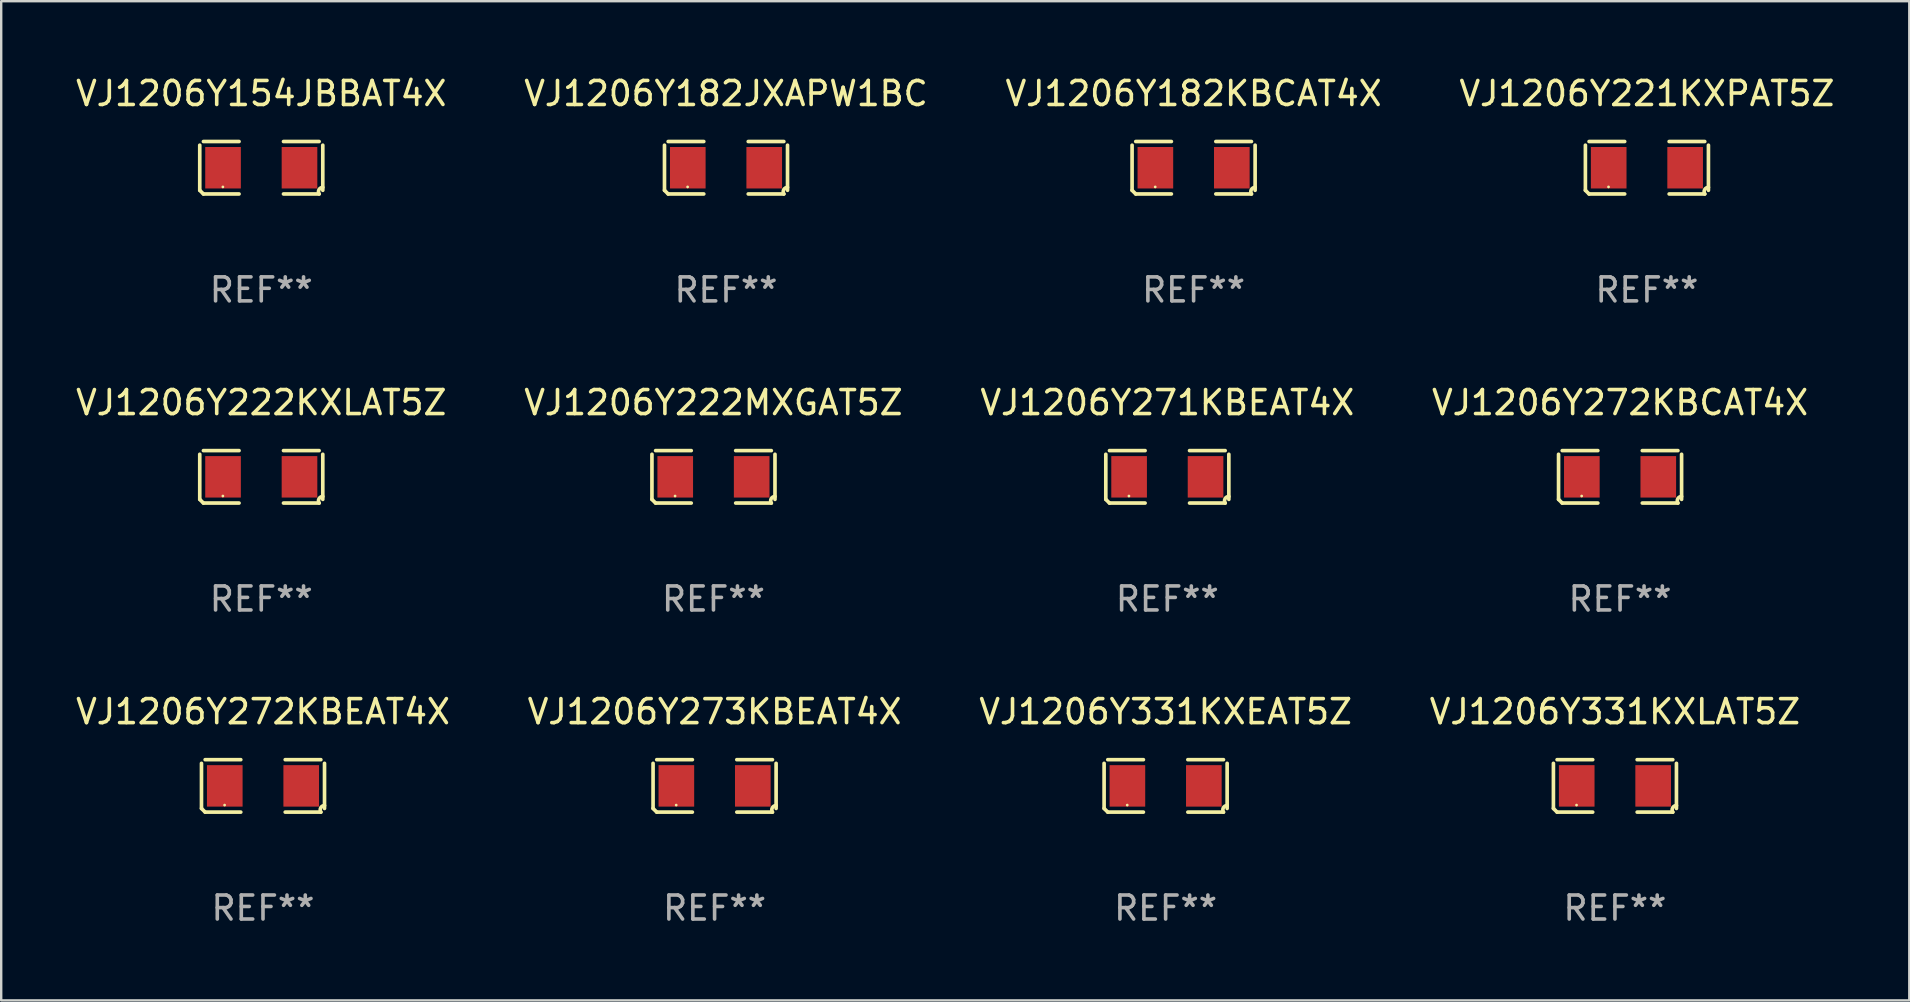
<source format=kicad_pcb>
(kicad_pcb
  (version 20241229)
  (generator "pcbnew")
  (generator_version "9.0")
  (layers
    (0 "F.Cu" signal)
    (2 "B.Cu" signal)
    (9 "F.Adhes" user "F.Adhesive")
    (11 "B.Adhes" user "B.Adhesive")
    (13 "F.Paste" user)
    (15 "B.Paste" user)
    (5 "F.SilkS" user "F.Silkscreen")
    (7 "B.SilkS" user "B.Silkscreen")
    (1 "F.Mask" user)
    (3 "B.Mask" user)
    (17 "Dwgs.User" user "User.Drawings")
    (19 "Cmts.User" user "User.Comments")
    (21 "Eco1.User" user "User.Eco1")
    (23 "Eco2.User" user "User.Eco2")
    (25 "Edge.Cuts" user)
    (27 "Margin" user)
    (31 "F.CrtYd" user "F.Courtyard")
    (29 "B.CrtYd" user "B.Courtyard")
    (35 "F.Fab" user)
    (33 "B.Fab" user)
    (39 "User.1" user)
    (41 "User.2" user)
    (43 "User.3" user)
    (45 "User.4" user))
  (footprint "VJ1206Y271KBEAT4X"
    (layer "F.Cu")
    (at 45.601 16.823)
    (property "Reference" "VJ1206Y271KBEAT4X" (at 0 -3.093 0) (layer "F.SilkS") (effects (font (size 1 1) (thickness 0.15))))
    (attr through_hole)
    (fp_line (start -2.564 0.94) (end -2.564 -0.94) (stroke (width 0.152) (type solid)) (layer "F.SilkS"))
    (fp_line (start -2.411 -1.093) (end -0.926 -1.093) (stroke (width 0.152) (type solid)) (layer "F.SilkS"))
    (fp_line (start -0.926 1.093) (end -2.411 1.093) (stroke (width 0.152) (type solid)) (layer "F.SilkS"))
    (fp_line (start 0.926 1.093) (end 2.411 1.093) (stroke (width 0.152) (type solid)) (layer "F.SilkS"))
    (fp_line (start 2.411 -1.093) (end 0.926 -1.093) (stroke (width 0.152) (type solid)) (layer "F.SilkS"))
    (fp_line (start 2.564 0.94) (end 2.564 -0.94) (stroke (width 0.152) (type solid)) (layer "F.SilkS"))
    (fp_arc (start -2.411201 1.092609) (mid -2.487413 1.01642) (end -2.563602 0.940208) (stroke (width 0.1524) (type solid)) (layer "F.SilkS"))
    (fp_arc (start 2.411201 1.092609) (mid 2.407159 0.911226) (end 2.563602 0.819347) (stroke (width 0.1524) (type solid)) (layer "F.SilkS"))
    (fp_circle (center -1.6 0.8) (end -1.57 0.8) (stroke (width 0.06) (type solid)) (fill no) (layer "F.SilkS"))
    (fp_text user "REF**" (at 0 5.093 0) (layer "F.Fab") (effects (font (size 1 1) (thickness 0.15))))
    (pad "1" smd rect (at -1.593 0) (size 1.485 1.728) (layers "F.Cu" "F.Mask" "F.Paste"))
    (pad "2" smd rect (at 1.593 0) (size 1.485 1.728) (layers "F.Cu" "F.Mask" "F.Paste")))
  (footprint "VJ1206Y154JBBAT4X"
    (layer "F.Cu")
    (at 7.839 3.941)
    (property "Reference" "VJ1206Y154JBBAT4X" (at 0 -3.093 0) (layer "F.SilkS") (effects (font (size 1 1) (thickness 0.15))))
    (attr through_hole)
    (fp_line (start -2.564 0.94) (end -2.564 -0.94) (stroke (width 0.152) (type solid)) (layer "F.SilkS"))
    (fp_line (start -2.411 -1.093) (end -0.926 -1.093) (stroke (width 0.152) (type solid)) (layer "F.SilkS"))
    (fp_line (start -0.926 1.093) (end -2.411 1.093) (stroke (width 0.152) (type solid)) (layer "F.SilkS"))
    (fp_line (start 0.926 1.093) (end 2.411 1.093) (stroke (width 0.152) (type solid)) (layer "F.SilkS"))
    (fp_line (start 2.411 -1.093) (end 0.926 -1.093) (stroke (width 0.152) (type solid)) (layer "F.SilkS"))
    (fp_line (start 2.564 0.94) (end 2.564 -0.94) (stroke (width 0.152) (type solid)) (layer "F.SilkS"))
    (fp_arc (start -2.411201 1.092609) (mid -2.487413 1.01642) (end -2.563602 0.940208) (stroke (width 0.1524) (type solid)) (layer "F.SilkS"))
    (fp_arc (start 2.411201 1.092609) (mid 2.407159 0.911226) (end 2.563602 0.819347) (stroke (width 0.1524) (type solid)) (layer "F.SilkS"))
    (fp_circle (center -1.6 0.8) (end -1.57 0.8) (stroke (width 0.06) (type solid)) (fill no) (layer "F.SilkS"))
    (fp_text user "REF**" (at 0 5.093 0) (layer "F.Fab") (effects (font (size 1 1) (thickness 0.15))))
    (pad "1" smd rect (at -1.593 0) (size 1.485 1.728) (layers "F.Cu" "F.Mask" "F.Paste"))
    (pad "2" smd rect (at 1.593 0) (size 1.485 1.728) (layers "F.Cu" "F.Mask" "F.Paste")))
  (footprint "VJ1206Y331KXEAT5Z"
    (layer "F.Cu")
    (at 45.53 29.704)
    (property "Reference" "VJ1206Y331KXEAT5Z" (at 0 -3.093 0) (layer "F.SilkS") (effects (font (size 1 1) (thickness 0.15))))
    (attr through_hole)
    (fp_line (start -2.564 0.94) (end -2.564 -0.94) (stroke (width 0.152) (type solid)) (layer "F.SilkS"))
    (fp_line (start -2.411 -1.093) (end -0.926 -1.093) (stroke (width 0.152) (type solid)) (layer "F.SilkS"))
    (fp_line (start -0.926 1.093) (end -2.411 1.093) (stroke (width 0.152) (type solid)) (layer "F.SilkS"))
    (fp_line (start 0.926 1.093) (end 2.411 1.093) (stroke (width 0.152) (type solid)) (layer "F.SilkS"))
    (fp_line (start 2.411 -1.093) (end 0.926 -1.093) (stroke (width 0.152) (type solid)) (layer "F.SilkS"))
    (fp_line (start 2.564 0.94) (end 2.564 -0.94) (stroke (width 0.152) (type solid)) (layer "F.SilkS"))
    (fp_arc (start -2.411201 1.092609) (mid -2.487413 1.01642) (end -2.563602 0.940208) (stroke (width 0.1524) (type solid)) (layer "F.SilkS"))
    (fp_arc (start 2.411201 1.092609) (mid 2.407159 0.911226) (end 2.563602 0.819347) (stroke (width 0.1524) (type solid)) (layer "F.SilkS"))
    (fp_circle (center -1.6 0.8) (end -1.57 0.8) (stroke (width 0.06) (type solid)) (fill no) (layer "F.SilkS"))
    (fp_text user "REF**" (at 0 5.093 0) (layer "F.Fab") (effects (font (size 1 1) (thickness 0.15))))
    (pad "1" smd rect (at -1.593 0) (size 1.485 1.728) (layers "F.Cu" "F.Mask" "F.Paste"))
    (pad "2" smd rect (at 1.593 0) (size 1.485 1.728) (layers "F.Cu" "F.Mask" "F.Paste")))
  (footprint "VJ1206Y331KXLAT5Z"
    (layer "F.Cu")
    (at 64.256 29.704)
    (property "Reference" "VJ1206Y331KXLAT5Z" (at 0 -3.093 0) (layer "F.SilkS") (effects (font (size 1 1) (thickness 0.15))))
    (attr through_hole)
    (fp_line (start -2.564 0.94) (end -2.564 -0.94) (stroke (width 0.152) (type solid)) (layer "F.SilkS"))
    (fp_line (start -2.411 -1.093) (end -0.926 -1.093) (stroke (width 0.152) (type solid)) (layer "F.SilkS"))
    (fp_line (start -0.926 1.093) (end -2.411 1.093) (stroke (width 0.152) (type solid)) (layer "F.SilkS"))
    (fp_line (start 0.926 1.093) (end 2.411 1.093) (stroke (width 0.152) (type solid)) (layer "F.SilkS"))
    (fp_line (start 2.411 -1.093) (end 0.926 -1.093) (stroke (width 0.152) (type solid)) (layer "F.SilkS"))
    (fp_line (start 2.564 0.94) (end 2.564 -0.94) (stroke (width 0.152) (type solid)) (layer "F.SilkS"))
    (fp_arc (start -2.411201 1.092609) (mid -2.487413 1.01642) (end -2.563602 0.940208) (stroke (width 0.1524) (type solid)) (layer "F.SilkS"))
    (fp_arc (start 2.411201 1.092609) (mid 2.407159 0.911226) (end 2.563602 0.819347) (stroke (width 0.1524) (type solid)) (layer "F.SilkS"))
    (fp_circle (center -1.6 0.8) (end -1.57 0.8) (stroke (width 0.06) (type solid)) (fill no) (layer "F.SilkS"))
    (fp_text user "REF**" (at 0 5.093 0) (layer "F.Fab") (effects (font (size 1 1) (thickness 0.15))))
    (pad "1" smd rect (at -1.593 0) (size 1.485 1.728) (layers "F.Cu" "F.Mask" "F.Paste"))
    (pad "2" smd rect (at 1.593 0) (size 1.485 1.728) (layers "F.Cu" "F.Mask" "F.Paste")))
  (footprint "VJ1206Y273KBEAT4X"
    (layer "F.Cu")
    (at 26.732 29.704)
    (property "Reference" "VJ1206Y273KBEAT4X" (at 0 -3.093 0) (layer "F.SilkS") (effects (font (size 1 1) (thickness 0.15))))
    (attr through_hole)
    (fp_line (start -2.564 0.94) (end -2.564 -0.94) (stroke (width 0.152) (type solid)) (layer "F.SilkS"))
    (fp_line (start -2.411 -1.093) (end -0.926 -1.093) (stroke (width 0.152) (type solid)) (layer "F.SilkS"))
    (fp_line (start -0.926 1.093) (end -2.411 1.093) (stroke (width 0.152) (type solid)) (layer "F.SilkS"))
    (fp_line (start 0.926 1.093) (end 2.411 1.093) (stroke (width 0.152) (type solid)) (layer "F.SilkS"))
    (fp_line (start 2.411 -1.093) (end 0.926 -1.093) (stroke (width 0.152) (type solid)) (layer "F.SilkS"))
    (fp_line (start 2.564 0.94) (end 2.564 -0.94) (stroke (width 0.152) (type solid)) (layer "F.SilkS"))
    (fp_arc (start -2.411201 1.092609) (mid -2.487413 1.01642) (end -2.563602 0.940208) (stroke (width 0.1524) (type solid)) (layer "F.SilkS"))
    (fp_arc (start 2.411201 1.092609) (mid 2.407159 0.911226) (end 2.563602 0.819347) (stroke (width 0.1524) (type solid)) (layer "F.SilkS"))
    (fp_circle (center -1.6 0.8) (end -1.57 0.8) (stroke (width 0.06) (type solid)) (fill no) (layer "F.SilkS"))
    (fp_text user "REF**" (at 0 5.093 0) (layer "F.Fab") (effects (font (size 1 1) (thickness 0.15))))
    (pad "1" smd rect (at -1.593 0) (size 1.485 1.728) (layers "F.Cu" "F.Mask" "F.Paste"))
    (pad "2" smd rect (at 1.593 0) (size 1.485 1.728) (layers "F.Cu" "F.Mask" "F.Paste")))
  (footprint "VJ1206Y222MXGAT5Z"
    (layer "F.Cu")
    (at 26.685 16.823)
    (property "Reference" "VJ1206Y222MXGAT5Z" (at 0 -3.093 0) (layer "F.SilkS") (effects (font (size 1 1) (thickness 0.15))))
    (attr through_hole)
    (fp_line (start -2.564 0.94) (end -2.564 -0.94) (stroke (width 0.152) (type solid)) (layer "F.SilkS"))
    (fp_line (start -2.411 -1.093) (end -0.926 -1.093) (stroke (width 0.152) (type solid)) (layer "F.SilkS"))
    (fp_line (start -0.926 1.093) (end -2.411 1.093) (stroke (width 0.152) (type solid)) (layer "F.SilkS"))
    (fp_line (start 0.926 1.093) (end 2.411 1.093) (stroke (width 0.152) (type solid)) (layer "F.SilkS"))
    (fp_line (start 2.411 -1.093) (end 0.926 -1.093) (stroke (width 0.152) (type solid)) (layer "F.SilkS"))
    (fp_line (start 2.564 0.94) (end 2.564 -0.94) (stroke (width 0.152) (type solid)) (layer "F.SilkS"))
    (fp_arc (start -2.411201 1.092609) (mid -2.487413 1.01642) (end -2.563602 0.940208) (stroke (width 0.1524) (type solid)) (layer "F.SilkS"))
    (fp_arc (start 2.411201 1.092609) (mid 2.407159 0.911226) (end 2.563602 0.819347) (stroke (width 0.1524) (type solid)) (layer "F.SilkS"))
    (fp_circle (center -1.6 0.8) (end -1.57 0.8) (stroke (width 0.06) (type solid)) (fill no) (layer "F.SilkS"))
    (fp_text user "REF**" (at 0 5.093 0) (layer "F.Fab") (effects (font (size 1 1) (thickness 0.15))))
    (pad "1" smd rect (at -1.593 0) (size 1.485 1.728) (layers "F.Cu" "F.Mask" "F.Paste"))
    (pad "2" smd rect (at 1.593 0) (size 1.485 1.728) (layers "F.Cu" "F.Mask" "F.Paste")))
  (footprint "VJ1206Y222KXLAT5Z"
    (layer "F.Cu")
    (at 7.839 16.823)
    (property "Reference" "VJ1206Y222KXLAT5Z" (at 0 -3.093 0) (layer "F.SilkS") (effects (font (size 1 1) (thickness 0.15))))
    (attr through_hole)
    (fp_line (start -2.564 0.94) (end -2.564 -0.94) (stroke (width 0.152) (type solid)) (layer "F.SilkS"))
    (fp_line (start -2.411 -1.093) (end -0.926 -1.093) (stroke (width 0.152) (type solid)) (layer "F.SilkS"))
    (fp_line (start -0.926 1.093) (end -2.411 1.093) (stroke (width 0.152) (type solid)) (layer "F.SilkS"))
    (fp_line (start 0.926 1.093) (end 2.411 1.093) (stroke (width 0.152) (type solid)) (layer "F.SilkS"))
    (fp_line (start 2.411 -1.093) (end 0.926 -1.093) (stroke (width 0.152) (type solid)) (layer "F.SilkS"))
    (fp_line (start 2.564 0.94) (end 2.564 -0.94) (stroke (width 0.152) (type solid)) (layer "F.SilkS"))
    (fp_arc (start -2.411201 1.092609) (mid -2.487413 1.01642) (end -2.563602 0.940208) (stroke (width 0.1524) (type solid)) (layer "F.SilkS"))
    (fp_arc (start 2.411201 1.092609) (mid 2.407159 0.911226) (end 2.563602 0.819347) (stroke (width 0.1524) (type solid)) (layer "F.SilkS"))
    (fp_circle (center -1.6 0.8) (end -1.57 0.8) (stroke (width 0.06) (type solid)) (fill no) (layer "F.SilkS"))
    (fp_text user "REF**" (at 0 5.093 0) (layer "F.Fab") (effects (font (size 1 1) (thickness 0.15))))
    (pad "1" smd rect (at -1.593 0) (size 1.485 1.728) (layers "F.Cu" "F.Mask" "F.Paste"))
    (pad "2" smd rect (at 1.593 0) (size 1.485 1.728) (layers "F.Cu" "F.Mask" "F.Paste")))
  (footprint "VJ1206Y182KBCAT4X"
    (layer "F.Cu")
    (at 46.696 3.941)
    (property "Reference" "VJ1206Y182KBCAT4X" (at 0 -3.093 0) (layer "F.SilkS") (effects (font (size 1 1) (thickness 0.15))))
    (attr through_hole)
    (fp_line (start -2.564 0.94) (end -2.564 -0.94) (stroke (width 0.152) (type solid)) (layer "F.SilkS"))
    (fp_line (start -2.411 -1.093) (end -0.926 -1.093) (stroke (width 0.152) (type solid)) (layer "F.SilkS"))
    (fp_line (start -0.926 1.093) (end -2.411 1.093) (stroke (width 0.152) (type solid)) (layer "F.SilkS"))
    (fp_line (start 0.926 1.093) (end 2.411 1.093) (stroke (width 0.152) (type solid)) (layer "F.SilkS"))
    (fp_line (start 2.411 -1.093) (end 0.926 -1.093) (stroke (width 0.152) (type solid)) (layer "F.SilkS"))
    (fp_line (start 2.564 0.94) (end 2.564 -0.94) (stroke (width 0.152) (type solid)) (layer "F.SilkS"))
    (fp_arc (start -2.411201 1.092609) (mid -2.487413 1.01642) (end -2.563602 0.940208) (stroke (width 0.1524) (type solid)) (layer "F.SilkS"))
    (fp_arc (start 2.411201 1.092609) (mid 2.407159 0.911226) (end 2.563602 0.819347) (stroke (width 0.1524) (type solid)) (layer "F.SilkS"))
    (fp_circle (center -1.6 0.8) (end -1.57 0.8) (stroke (width 0.06) (type solid)) (fill no) (layer "F.SilkS"))
    (fp_text user "REF**" (at 0 5.093 0) (layer "F.Fab") (effects (font (size 1 1) (thickness 0.15))))
    (pad "1" smd rect (at -1.593 0) (size 1.485 1.728) (layers "F.Cu" "F.Mask" "F.Paste"))
    (pad "2" smd rect (at 1.593 0) (size 1.485 1.728) (layers "F.Cu" "F.Mask" "F.Paste")))
  (footprint "VJ1206Y182JXAPW1BC"
    (layer "F.Cu")
    (at 27.208 3.941)
    (property "Reference" "VJ1206Y182JXAPW1BC" (at 0 -3.093 0) (layer "F.SilkS") (effects (font (size 1 1) (thickness 0.15))))
    (attr through_hole)
    (fp_line (start -2.564 0.94) (end -2.564 -0.94) (stroke (width 0.152) (type solid)) (layer "F.SilkS"))
    (fp_line (start -2.411 -1.093) (end -0.926 -1.093) (stroke (width 0.152) (type solid)) (layer "F.SilkS"))
    (fp_line (start -0.926 1.093) (end -2.411 1.093) (stroke (width 0.152) (type solid)) (layer "F.SilkS"))
    (fp_line (start 0.926 1.093) (end 2.411 1.093) (stroke (width 0.152) (type solid)) (layer "F.SilkS"))
    (fp_line (start 2.411 -1.093) (end 0.926 -1.093) (stroke (width 0.152) (type solid)) (layer "F.SilkS"))
    (fp_line (start 2.564 0.94) (end 2.564 -0.94) (stroke (width 0.152) (type solid)) (layer "F.SilkS"))
    (fp_arc (start -2.411201 1.092609) (mid -2.487413 1.01642) (end -2.563602 0.940208) (stroke (width 0.1524) (type solid)) (layer "F.SilkS"))
    (fp_arc (start 2.411201 1.092609) (mid 2.407159 0.911226) (end 2.563602 0.819347) (stroke (width 0.1524) (type solid)) (layer "F.SilkS"))
    (fp_circle (center -1.6 0.8) (end -1.57 0.8) (stroke (width 0.06) (type solid)) (fill no) (layer "F.SilkS"))
    (fp_text user "REF**" (at 0 5.093 0) (layer "F.Fab") (effects (font (size 1 1) (thickness 0.15))))
    (pad "1" smd rect (at -1.593 0) (size 1.485 1.728) (layers "F.Cu" "F.Mask" "F.Paste"))
    (pad "2" smd rect (at 1.593 0) (size 1.485 1.728) (layers "F.Cu" "F.Mask" "F.Paste")))
  (footprint "VJ1206Y272KBCAT4X"
    (layer "F.Cu")
    (at 64.47 16.823)
    (property "Reference" "VJ1206Y272KBCAT4X" (at 0 -3.093 0) (layer "F.SilkS") (effects (font (size 1 1) (thickness 0.15))))
    (attr through_hole)
    (fp_line (start -2.564 0.94) (end -2.564 -0.94) (stroke (width 0.152) (type solid)) (layer "F.SilkS"))
    (fp_line (start -2.411 -1.093) (end -0.926 -1.093) (stroke (width 0.152) (type solid)) (layer "F.SilkS"))
    (fp_line (start -0.926 1.093) (end -2.411 1.093) (stroke (width 0.152) (type solid)) (layer "F.SilkS"))
    (fp_line (start 0.926 1.093) (end 2.411 1.093) (stroke (width 0.152) (type solid)) (layer "F.SilkS"))
    (fp_line (start 2.411 -1.093) (end 0.926 -1.093) (stroke (width 0.152) (type solid)) (layer "F.SilkS"))
    (fp_line (start 2.564 0.94) (end 2.564 -0.94) (stroke (width 0.152) (type solid)) (layer "F.SilkS"))
    (fp_arc (start -2.411201 1.092609) (mid -2.487413 1.01642) (end -2.563602 0.940208) (stroke (width 0.1524) (type solid)) (layer "F.SilkS"))
    (fp_arc (start 2.411201 1.092609) (mid 2.407159 0.911226) (end 2.563602 0.819347) (stroke (width 0.1524) (type solid)) (layer "F.SilkS"))
    (fp_circle (center -1.6 0.8) (end -1.57 0.8) (stroke (width 0.06) (type solid)) (fill no) (layer "F.SilkS"))
    (fp_text user "REF**" (at 0 5.093 0) (layer "F.Fab") (effects (font (size 1 1) (thickness 0.15))))
    (pad "1" smd rect (at -1.593 0) (size 1.485 1.728) (layers "F.Cu" "F.Mask" "F.Paste"))
    (pad "2" smd rect (at 1.593 0) (size 1.485 1.728) (layers "F.Cu" "F.Mask" "F.Paste")))
  (footprint "VJ1206Y221KXPAT5Z"
    (layer "F.Cu")
    (at 65.589 3.941)
    (property "Reference" "VJ1206Y221KXPAT5Z" (at 0 -3.093 0) (layer "F.SilkS") (effects (font (size 1 1) (thickness 0.15))))
    (attr through_hole)
    (fp_line (start -2.564 0.94) (end -2.564 -0.94) (stroke (width 0.152) (type solid)) (layer "F.SilkS"))
    (fp_line (start -2.411 -1.093) (end -0.926 -1.093) (stroke (width 0.152) (type solid)) (layer "F.SilkS"))
    (fp_line (start -0.926 1.093) (end -2.411 1.093) (stroke (width 0.152) (type solid)) (layer "F.SilkS"))
    (fp_line (start 0.926 1.093) (end 2.411 1.093) (stroke (width 0.152) (type solid)) (layer "F.SilkS"))
    (fp_line (start 2.411 -1.093) (end 0.926 -1.093) (stroke (width 0.152) (type solid)) (layer "F.SilkS"))
    (fp_line (start 2.564 0.94) (end 2.564 -0.94) (stroke (width 0.152) (type solid)) (layer "F.SilkS"))
    (fp_arc (start -2.411201 1.092609) (mid -2.487413 1.01642) (end -2.563602 0.940208) (stroke (width 0.1524) (type solid)) (layer "F.SilkS"))
    (fp_arc (start 2.411201 1.092609) (mid 2.407159 0.911226) (end 2.563602 0.819347) (stroke (width 0.1524) (type solid)) (layer "F.SilkS"))
    (fp_circle (center -1.6 0.8) (end -1.57 0.8) (stroke (width 0.06) (type solid)) (fill no) (layer "F.SilkS"))
    (fp_text user "REF**" (at 0 5.093 0) (layer "F.Fab") (effects (font (size 1 1) (thickness 0.15))))
    (pad "1" smd rect (at -1.593 0) (size 1.485 1.728) (layers "F.Cu" "F.Mask" "F.Paste"))
    (pad "2" smd rect (at 1.593 0) (size 1.485 1.728) (layers "F.Cu" "F.Mask" "F.Paste")))
  (footprint "VJ1206Y272KBEAT4X"
    (layer "F.Cu")
    (at 7.911 29.704)
    (property "Reference" "VJ1206Y272KBEAT4X" (at 0 -3.093 0) (layer "F.SilkS") (effects (font (size 1 1) (thickness 0.15))))
    (attr through_hole)
    (fp_line (start -2.564 0.94) (end -2.564 -0.94) (stroke (width 0.152) (type solid)) (layer "F.SilkS"))
    (fp_line (start -2.411 -1.093) (end -0.926 -1.093) (stroke (width 0.152) (type solid)) (layer "F.SilkS"))
    (fp_line (start -0.926 1.093) (end -2.411 1.093) (stroke (width 0.152) (type solid)) (layer "F.SilkS"))
    (fp_line (start 0.926 1.093) (end 2.411 1.093) (stroke (width 0.152) (type solid)) (layer "F.SilkS"))
    (fp_line (start 2.411 -1.093) (end 0.926 -1.093) (stroke (width 0.152) (type solid)) (layer "F.SilkS"))
    (fp_line (start 2.564 0.94) (end 2.564 -0.94) (stroke (width 0.152) (type solid)) (layer "F.SilkS"))
    (fp_arc (start -2.411201 1.092609) (mid -2.487413 1.01642) (end -2.563602 0.940208) (stroke (width 0.1524) (type solid)) (layer "F.SilkS"))
    (fp_arc (start 2.411201 1.092609) (mid 2.407159 0.911226) (end 2.563602 0.819347) (stroke (width 0.1524) (type solid)) (layer "F.SilkS"))
    (fp_circle (center -1.6 0.8) (end -1.57 0.8) (stroke (width 0.06) (type solid)) (fill no) (layer "F.SilkS"))
    (fp_text user "REF**" (at 0 5.093 0) (layer "F.Fab") (effects (font (size 1 1) (thickness 0.15))))
    (pad "1" smd rect (at -1.593 0) (size 1.485 1.728) (layers "F.Cu" "F.Mask" "F.Paste"))
    (pad "2" smd rect (at 1.593 0) (size 1.485 1.728) (layers "F.Cu" "F.Mask" "F.Paste")))
  (gr_rect
    (start -3 -3)
    (end 76.524 38.645)
    (stroke (width 0.1) (type default))
    (fill no)
    (layer "Edge.Cuts")))
</source>
